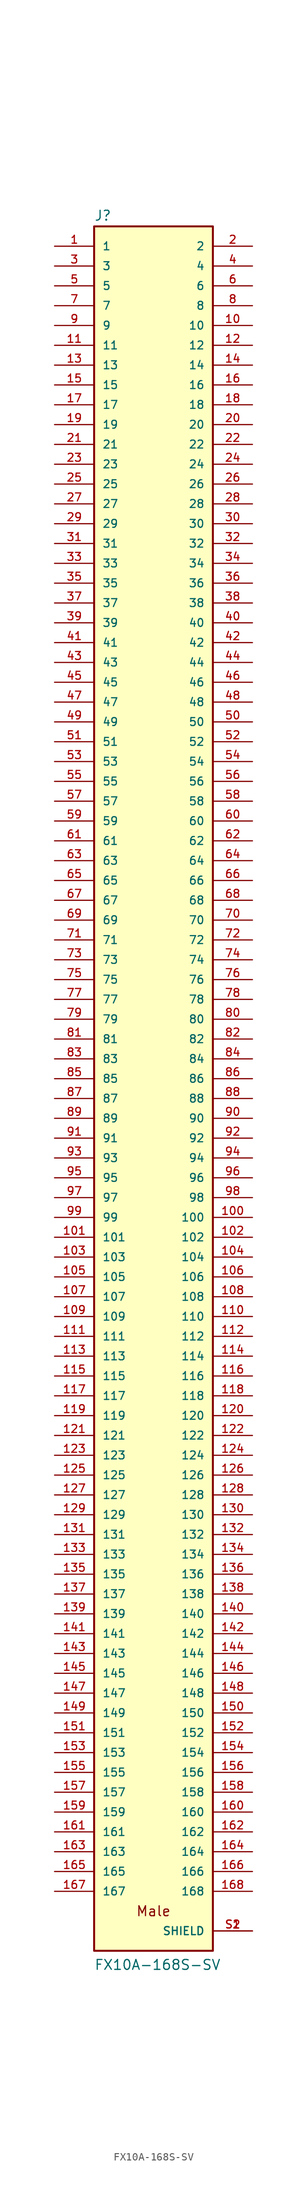
<source format=kicad_sym>
(kicad_symbol_lib
  (version 20211014)
  (generator kicad_symbol_editor)
  (symbol "FX10A-168S-SV"
    (pin_names
      (offset 1.016))
    (property "Reference" "J"
      (at -7.62 112.395 0)
      (effects (font (size 1.27 1.27)) (justify left bottom)))
    (property "Value" "FX10A-168S-SV"
      (at -7.62 -111.76 0)
      (effects (font (size 1.27 1.27)) (justify left bottom)))
    (property "ki_locked" ""
      (at 0 0 0)
      (effects (font (size 1.27 1.27))))
    (symbol "FX10A-168S-SV_0_0"
      (rectangle (start -7.62 -109.22) (end 7.62 111.76) (stroke (width 0.254) (type default) (color 0 0 0 0)) (fill (type background)))
      (text "Male" (at 0 -104.14 0) (effects (font (size 1.27 1.27))))
      (pin passive line (at -12.7 109.22 0) (length 5.08) (name "1" (effects (font (size 1.016 1.016)))) (number "1" (effects (font (size 1.016 1.016)))))
      (pin passive line (at 12.7 99.06 180) (length 5.08) (name "10" (effects (font (size 1.016 1.016)))) (number "10" (effects (font (size 1.016 1.016)))))
      (pin passive line (at 12.7 -15.24 180) (length 5.08) (name "100" (effects (font (size 1.016 1.016)))) (number "100" (effects (font (size 1.016 1.016)))))
      (pin passive line (at -12.7 -17.78 0) (length 5.08) (name "101" (effects (font (size 1.016 1.016)))) (number "101" (effects (font (size 1.016 1.016)))))
      (pin passive line (at 12.7 -17.78 180) (length 5.08) (name "102" (effects (font (size 1.016 1.016)))) (number "102" (effects (font (size 1.016 1.016)))))
      (pin passive line (at -12.7 -20.32 0) (length 5.08) (name "103" (effects (font (size 1.016 1.016)))) (number "103" (effects (font (size 1.016 1.016)))))
      (pin passive line (at 12.7 -20.32 180) (length 5.08) (name "104" (effects (font (size 1.016 1.016)))) (number "104" (effects (font (size 1.016 1.016)))))
      (pin passive line (at -12.7 -22.86 0) (length 5.08) (name "105" (effects (font (size 1.016 1.016)))) (number "105" (effects (font (size 1.016 1.016)))))
      (pin passive line (at 12.7 -22.86 180) (length 5.08) (name "106" (effects (font (size 1.016 1.016)))) (number "106" (effects (font (size 1.016 1.016)))))
      (pin passive line (at -12.7 -25.4 0) (length 5.08) (name "107" (effects (font (size 1.016 1.016)))) (number "107" (effects (font (size 1.016 1.016)))))
      (pin passive line (at 12.7 -25.4 180) (length 5.08) (name "108" (effects (font (size 1.016 1.016)))) (number "108" (effects (font (size 1.016 1.016)))))
      (pin passive line (at -12.7 -27.94 0) (length 5.08) (name "109" (effects (font (size 1.016 1.016)))) (number "109" (effects (font (size 1.016 1.016)))))
      (pin passive line (at -12.7 96.52 0) (length 5.08) (name "11" (effects (font (size 1.016 1.016)))) (number "11" (effects (font (size 1.016 1.016)))))
      (pin passive line (at 12.7 -27.94 180) (length 5.08) (name "110" (effects (font (size 1.016 1.016)))) (number "110" (effects (font (size 1.016 1.016)))))
      (pin passive line (at -12.7 -30.48 0) (length 5.08) (name "111" (effects (font (size 1.016 1.016)))) (number "111" (effects (font (size 1.016 1.016)))))
      (pin passive line (at 12.7 -30.48 180) (length 5.08) (name "112" (effects (font (size 1.016 1.016)))) (number "112" (effects (font (size 1.016 1.016)))))
      (pin passive line (at -12.7 -33.02 0) (length 5.08) (name "113" (effects (font (size 1.016 1.016)))) (number "113" (effects (font (size 1.016 1.016)))))
      (pin passive line (at 12.7 -33.02 180) (length 5.08) (name "114" (effects (font (size 1.016 1.016)))) (number "114" (effects (font (size 1.016 1.016)))))
      (pin passive line (at -12.7 -35.56 0) (length 5.08) (name "115" (effects (font (size 1.016 1.016)))) (number "115" (effects (font (size 1.016 1.016)))))
      (pin passive line (at 12.7 -35.56 180) (length 5.08) (name "116" (effects (font (size 1.016 1.016)))) (number "116" (effects (font (size 1.016 1.016)))))
      (pin passive line (at -12.7 -38.1 0) (length 5.08) (name "117" (effects (font (size 1.016 1.016)))) (number "117" (effects (font (size 1.016 1.016)))))
      (pin passive line (at 12.7 -38.1 180) (length 5.08) (name "118" (effects (font (size 1.016 1.016)))) (number "118" (effects (font (size 1.016 1.016)))))
      (pin passive line (at -12.7 -40.64 0) (length 5.08) (name "119" (effects (font (size 1.016 1.016)))) (number "119" (effects (font (size 1.016 1.016)))))
      (pin passive line (at 12.7 96.52 180) (length 5.08) (name "12" (effects (font (size 1.016 1.016)))) (number "12" (effects (font (size 1.016 1.016)))))
      (pin passive line (at 12.7 -40.64 180) (length 5.08) (name "120" (effects (font (size 1.016 1.016)))) (number "120" (effects (font (size 1.016 1.016)))))
      (pin passive line (at -12.7 -43.18 0) (length 5.08) (name "121" (effects (font (size 1.016 1.016)))) (number "121" (effects (font (size 1.016 1.016)))))
      (pin passive line (at 12.7 -43.18 180) (length 5.08) (name "122" (effects (font (size 1.016 1.016)))) (number "122" (effects (font (size 1.016 1.016)))))
      (pin passive line (at -12.7 -45.72 0) (length 5.08) (name "123" (effects (font (size 1.016 1.016)))) (number "123" (effects (font (size 1.016 1.016)))))
      (pin passive line (at 12.7 -45.72 180) (length 5.08) (name "124" (effects (font (size 1.016 1.016)))) (number "124" (effects (font (size 1.016 1.016)))))
      (pin passive line (at -12.7 -48.26 0) (length 5.08) (name "125" (effects (font (size 1.016 1.016)))) (number "125" (effects (font (size 1.016 1.016)))))
      (pin passive line (at 12.7 -48.26 180) (length 5.08) (name "126" (effects (font (size 1.016 1.016)))) (number "126" (effects (font (size 1.016 1.016)))))
      (pin passive line (at -12.7 -50.8 0) (length 5.08) (name "127" (effects (font (size 1.016 1.016)))) (number "127" (effects (font (size 1.016 1.016)))))
      (pin passive line (at 12.7 -50.8 180) (length 5.08) (name "128" (effects (font (size 1.016 1.016)))) (number "128" (effects (font (size 1.016 1.016)))))
      (pin passive line (at -12.7 -53.34 0) (length 5.08) (name "129" (effects (font (size 1.016 1.016)))) (number "129" (effects (font (size 1.016 1.016)))))
      (pin passive line (at -12.7 93.98 0) (length 5.08) (name "13" (effects (font (size 1.016 1.016)))) (number "13" (effects (font (size 1.016 1.016)))))
      (pin passive line (at 12.7 -53.34 180) (length 5.08) (name "130" (effects (font (size 1.016 1.016)))) (number "130" (effects (font (size 1.016 1.016)))))
      (pin passive line (at -12.7 -55.88 0) (length 5.08) (name "131" (effects (font (size 1.016 1.016)))) (number "131" (effects (font (size 1.016 1.016)))))
      (pin passive line (at 12.7 -55.88 180) (length 5.08) (name "132" (effects (font (size 1.016 1.016)))) (number "132" (effects (font (size 1.016 1.016)))))
      (pin passive line (at -12.7 -58.42 0) (length 5.08) (name "133" (effects (font (size 1.016 1.016)))) (number "133" (effects (font (size 1.016 1.016)))))
      (pin passive line (at 12.7 -58.42 180) (length 5.08) (name "134" (effects (font (size 1.016 1.016)))) (number "134" (effects (font (size 1.016 1.016)))))
      (pin passive line (at -12.7 -60.96 0) (length 5.08) (name "135" (effects (font (size 1.016 1.016)))) (number "135" (effects (font (size 1.016 1.016)))))
      (pin passive line (at 12.7 -60.96 180) (length 5.08) (name "136" (effects (font (size 1.016 1.016)))) (number "136" (effects (font (size 1.016 1.016)))))
      (pin passive line (at -12.7 -63.5 0) (length 5.08) (name "137" (effects (font (size 1.016 1.016)))) (number "137" (effects (font (size 1.016 1.016)))))
      (pin passive line (at 12.7 -63.5 180) (length 5.08) (name "138" (effects (font (size 1.016 1.016)))) (number "138" (effects (font (size 1.016 1.016)))))
      (pin passive line (at -12.7 -66.04 0) (length 5.08) (name "139" (effects (font (size 1.016 1.016)))) (number "139" (effects (font (size 1.016 1.016)))))
      (pin passive line (at 12.7 93.98 180) (length 5.08) (name "14" (effects (font (size 1.016 1.016)))) (number "14" (effects (font (size 1.016 1.016)))))
      (pin passive line (at 12.7 -66.04 180) (length 5.08) (name "140" (effects (font (size 1.016 1.016)))) (number "140" (effects (font (size 1.016 1.016)))))
      (pin passive line (at -12.7 -68.58 0) (length 5.08) (name "141" (effects (font (size 1.016 1.016)))) (number "141" (effects (font (size 1.016 1.016)))))
      (pin passive line (at 12.7 -68.58 180) (length 5.08) (name "142" (effects (font (size 1.016 1.016)))) (number "142" (effects (font (size 1.016 1.016)))))
      (pin passive line (at -12.7 -71.12 0) (length 5.08) (name "143" (effects (font (size 1.016 1.016)))) (number "143" (effects (font (size 1.016 1.016)))))
      (pin passive line (at 12.7 -71.12 180) (length 5.08) (name "144" (effects (font (size 1.016 1.016)))) (number "144" (effects (font (size 1.016 1.016)))))
      (pin passive line (at -12.7 -73.66 0) (length 5.08) (name "145" (effects (font (size 1.016 1.016)))) (number "145" (effects (font (size 1.016 1.016)))))
      (pin passive line (at 12.7 -73.66 180) (length 5.08) (name "146" (effects (font (size 1.016 1.016)))) (number "146" (effects (font (size 1.016 1.016)))))
      (pin passive line (at -12.7 -76.2 0) (length 5.08) (name "147" (effects (font (size 1.016 1.016)))) (number "147" (effects (font (size 1.016 1.016)))))
      (pin passive line (at 12.7 -76.2 180) (length 5.08) (name "148" (effects (font (size 1.016 1.016)))) (number "148" (effects (font (size 1.016 1.016)))))
      (pin passive line (at -12.7 -78.74 0) (length 5.08) (name "149" (effects (font (size 1.016 1.016)))) (number "149" (effects (font (size 1.016 1.016)))))
      (pin passive line (at -12.7 91.44 0) (length 5.08) (name "15" (effects (font (size 1.016 1.016)))) (number "15" (effects (font (size 1.016 1.016)))))
      (pin passive line (at 12.7 -78.74 180) (length 5.08) (name "150" (effects (font (size 1.016 1.016)))) (number "150" (effects (font (size 1.016 1.016)))))
      (pin passive line (at -12.7 -81.28 0) (length 5.08) (name "151" (effects (font (size 1.016 1.016)))) (number "151" (effects (font (size 1.016 1.016)))))
      (pin passive line (at 12.7 -81.28 180) (length 5.08) (name "152" (effects (font (size 1.016 1.016)))) (number "152" (effects (font (size 1.016 1.016)))))
      (pin passive line (at -12.7 -83.82 0) (length 5.08) (name "153" (effects (font (size 1.016 1.016)))) (number "153" (effects (font (size 1.016 1.016)))))
      (pin passive line (at 12.7 -83.82 180) (length 5.08) (name "154" (effects (font (size 1.016 1.016)))) (number "154" (effects (font (size 1.016 1.016)))))
      (pin passive line (at -12.7 -86.36 0) (length 5.08) (name "155" (effects (font (size 1.016 1.016)))) (number "155" (effects (font (size 1.016 1.016)))))
      (pin passive line (at 12.7 -86.36 180) (length 5.08) (name "156" (effects (font (size 1.016 1.016)))) (number "156" (effects (font (size 1.016 1.016)))))
      (pin passive line (at -12.7 -88.9 0) (length 5.08) (name "157" (effects (font (size 1.016 1.016)))) (number "157" (effects (font (size 1.016 1.016)))))
      (pin passive line (at 12.7 -88.9 180) (length 5.08) (name "158" (effects (font (size 1.016 1.016)))) (number "158" (effects (font (size 1.016 1.016)))))
      (pin passive line (at -12.7 -91.44 0) (length 5.08) (name "159" (effects (font (size 1.016 1.016)))) (number "159" (effects (font (size 1.016 1.016)))))
      (pin passive line (at 12.7 91.44 180) (length 5.08) (name "16" (effects (font (size 1.016 1.016)))) (number "16" (effects (font (size 1.016 1.016)))))
      (pin passive line (at 12.7 -91.44 180) (length 5.08) (name "160" (effects (font (size 1.016 1.016)))) (number "160" (effects (font (size 1.016 1.016)))))
      (pin passive line (at -12.7 -93.98 0) (length 5.08) (name "161" (effects (font (size 1.016 1.016)))) (number "161" (effects (font (size 1.016 1.016)))))
      (pin passive line (at 12.7 -93.98 180) (length 5.08) (name "162" (effects (font (size 1.016 1.016)))) (number "162" (effects (font (size 1.016 1.016)))))
      (pin passive line (at -12.7 -96.52 0) (length 5.08) (name "163" (effects (font (size 1.016 1.016)))) (number "163" (effects (font (size 1.016 1.016)))))
      (pin passive line (at 12.7 -96.52 180) (length 5.08) (name "164" (effects (font (size 1.016 1.016)))) (number "164" (effects (font (size 1.016 1.016)))))
      (pin passive line (at -12.7 -99.06 0) (length 5.08) (name "165" (effects (font (size 1.016 1.016)))) (number "165" (effects (font (size 1.016 1.016)))))
      (pin passive line (at 12.7 -99.06 180) (length 5.08) (name "166" (effects (font (size 1.016 1.016)))) (number "166" (effects (font (size 1.016 1.016)))))
      (pin passive line (at -12.7 -101.6 0) (length 5.08) (name "167" (effects (font (size 1.016 1.016)))) (number "167" (effects (font (size 1.016 1.016)))))
      (pin passive line (at 12.7 -101.6 180) (length 5.08) (name "168" (effects (font (size 1.016 1.016)))) (number "168" (effects (font (size 1.016 1.016)))))
      (pin passive line (at -12.7 88.9 0) (length 5.08) (name "17" (effects (font (size 1.016 1.016)))) (number "17" (effects (font (size 1.016 1.016)))))
      (pin passive line (at 12.7 88.9 180) (length 5.08) (name "18" (effects (font (size 1.016 1.016)))) (number "18" (effects (font (size 1.016 1.016)))))
      (pin passive line (at -12.7 86.36 0) (length 5.08) (name "19" (effects (font (size 1.016 1.016)))) (number "19" (effects (font (size 1.016 1.016)))))
      (pin passive line (at 12.7 109.22 180) (length 5.08) (name "2" (effects (font (size 1.016 1.016)))) (number "2" (effects (font (size 1.016 1.016)))))
      (pin passive line (at 12.7 86.36 180) (length 5.08) (name "20" (effects (font (size 1.016 1.016)))) (number "20" (effects (font (size 1.016 1.016)))))
      (pin passive line (at -12.7 83.82 0) (length 5.08) (name "21" (effects (font (size 1.016 1.016)))) (number "21" (effects (font (size 1.016 1.016)))))
      (pin passive line (at 12.7 83.82 180) (length 5.08) (name "22" (effects (font (size 1.016 1.016)))) (number "22" (effects (font (size 1.016 1.016)))))
      (pin passive line (at -12.7 81.28 0) (length 5.08) (name "23" (effects (font (size 1.016 1.016)))) (number "23" (effects (font (size 1.016 1.016)))))
      (pin passive line (at 12.7 81.28 180) (length 5.08) (name "24" (effects (font (size 1.016 1.016)))) (number "24" (effects (font (size 1.016 1.016)))))
      (pin passive line (at -12.7 78.74 0) (length 5.08) (name "25" (effects (font (size 1.016 1.016)))) (number "25" (effects (font (size 1.016 1.016)))))
      (pin passive line (at 12.7 78.74 180) (length 5.08) (name "26" (effects (font (size 1.016 1.016)))) (number "26" (effects (font (size 1.016 1.016)))))
      (pin passive line (at -12.7 76.2 0) (length 5.08) (name "27" (effects (font (size 1.016 1.016)))) (number "27" (effects (font (size 1.016 1.016)))))
      (pin passive line (at 12.7 76.2 180) (length 5.08) (name "28" (effects (font (size 1.016 1.016)))) (number "28" (effects (font (size 1.016 1.016)))))
      (pin passive line (at -12.7 73.66 0) (length 5.08) (name "29" (effects (font (size 1.016 1.016)))) (number "29" (effects (font (size 1.016 1.016)))))
      (pin passive line (at -12.7 106.68 0) (length 5.08) (name "3" (effects (font (size 1.016 1.016)))) (number "3" (effects (font (size 1.016 1.016)))))
      (pin passive line (at 12.7 73.66 180) (length 5.08) (name "30" (effects (font (size 1.016 1.016)))) (number "30" (effects (font (size 1.016 1.016)))))
      (pin passive line (at -12.7 71.12 0) (length 5.08) (name "31" (effects (font (size 1.016 1.016)))) (number "31" (effects (font (size 1.016 1.016)))))
      (pin passive line (at 12.7 71.12 180) (length 5.08) (name "32" (effects (font (size 1.016 1.016)))) (number "32" (effects (font (size 1.016 1.016)))))
      (pin passive line (at -12.7 68.58 0) (length 5.08) (name "33" (effects (font (size 1.016 1.016)))) (number "33" (effects (font (size 1.016 1.016)))))
      (pin passive line (at 12.7 68.58 180) (length 5.08) (name "34" (effects (font (size 1.016 1.016)))) (number "34" (effects (font (size 1.016 1.016)))))
      (pin passive line (at -12.7 66.04 0) (length 5.08) (name "35" (effects (font (size 1.016 1.016)))) (number "35" (effects (font (size 1.016 1.016)))))
      (pin passive line (at 12.7 66.04 180) (length 5.08) (name "36" (effects (font (size 1.016 1.016)))) (number "36" (effects (font (size 1.016 1.016)))))
      (pin passive line (at -12.7 63.5 0) (length 5.08) (name "37" (effects (font (size 1.016 1.016)))) (number "37" (effects (font (size 1.016 1.016)))))
      (pin passive line (at 12.7 63.5 180) (length 5.08) (name "38" (effects (font (size 1.016 1.016)))) (number "38" (effects (font (size 1.016 1.016)))))
      (pin passive line (at -12.7 60.96 0) (length 5.08) (name "39" (effects (font (size 1.016 1.016)))) (number "39" (effects (font (size 1.016 1.016)))))
      (pin passive line (at 12.7 106.68 180) (length 5.08) (name "4" (effects (font (size 1.016 1.016)))) (number "4" (effects (font (size 1.016 1.016)))))
      (pin passive line (at 12.7 60.96 180) (length 5.08) (name "40" (effects (font (size 1.016 1.016)))) (number "40" (effects (font (size 1.016 1.016)))))
      (pin passive line (at -12.7 58.42 0) (length 5.08) (name "41" (effects (font (size 1.016 1.016)))) (number "41" (effects (font (size 1.016 1.016)))))
      (pin passive line (at 12.7 58.42 180) (length 5.08) (name "42" (effects (font (size 1.016 1.016)))) (number "42" (effects (font (size 1.016 1.016)))))
      (pin passive line (at -12.7 55.88 0) (length 5.08) (name "43" (effects (font (size 1.016 1.016)))) (number "43" (effects (font (size 1.016 1.016)))))
      (pin passive line (at 12.7 55.88 180) (length 5.08) (name "44" (effects (font (size 1.016 1.016)))) (number "44" (effects (font (size 1.016 1.016)))))
      (pin passive line (at -12.7 53.34 0) (length 5.08) (name "45" (effects (font (size 1.016 1.016)))) (number "45" (effects (font (size 1.016 1.016)))))
      (pin passive line (at 12.7 53.34 180) (length 5.08) (name "46" (effects (font (size 1.016 1.016)))) (number "46" (effects (font (size 1.016 1.016)))))
      (pin passive line (at -12.7 50.8 0) (length 5.08) (name "47" (effects (font (size 1.016 1.016)))) (number "47" (effects (font (size 1.016 1.016)))))
      (pin passive line (at 12.7 50.8 180) (length 5.08) (name "48" (effects (font (size 1.016 1.016)))) (number "48" (effects (font (size 1.016 1.016)))))
      (pin passive line (at -12.7 48.26 0) (length 5.08) (name "49" (effects (font (size 1.016 1.016)))) (number "49" (effects (font (size 1.016 1.016)))))
      (pin passive line (at -12.7 104.14 0) (length 5.08) (name "5" (effects (font (size 1.016 1.016)))) (number "5" (effects (font (size 1.016 1.016)))))
      (pin passive line (at 12.7 48.26 180) (length 5.08) (name "50" (effects (font (size 1.016 1.016)))) (number "50" (effects (font (size 1.016 1.016)))))
      (pin passive line (at -12.7 45.72 0) (length 5.08) (name "51" (effects (font (size 1.016 1.016)))) (number "51" (effects (font (size 1.016 1.016)))))
      (pin passive line (at 12.7 45.72 180) (length 5.08) (name "52" (effects (font (size 1.016 1.016)))) (number "52" (effects (font (size 1.016 1.016)))))
      (pin passive line (at -12.7 43.18 0) (length 5.08) (name "53" (effects (font (size 1.016 1.016)))) (number "53" (effects (font (size 1.016 1.016)))))
      (pin passive line (at 12.7 43.18 180) (length 5.08) (name "54" (effects (font (size 1.016 1.016)))) (number "54" (effects (font (size 1.016 1.016)))))
      (pin passive line (at -12.7 40.64 0) (length 5.08) (name "55" (effects (font (size 1.016 1.016)))) (number "55" (effects (font (size 1.016 1.016)))))
      (pin passive line (at 12.7 40.64 180) (length 5.08) (name "56" (effects (font (size 1.016 1.016)))) (number "56" (effects (font (size 1.016 1.016)))))
      (pin passive line (at -12.7 38.1 0) (length 5.08) (name "57" (effects (font (size 1.016 1.016)))) (number "57" (effects (font (size 1.016 1.016)))))
      (pin passive line (at 12.7 38.1 180) (length 5.08) (name "58" (effects (font (size 1.016 1.016)))) (number "58" (effects (font (size 1.016 1.016)))))
      (pin passive line (at -12.7 35.56 0) (length 5.08) (name "59" (effects (font (size 1.016 1.016)))) (number "59" (effects (font (size 1.016 1.016)))))
      (pin passive line (at 12.7 104.14 180) (length 5.08) (name "6" (effects (font (size 1.016 1.016)))) (number "6" (effects (font (size 1.016 1.016)))))
      (pin passive line (at 12.7 35.56 180) (length 5.08) (name "60" (effects (font (size 1.016 1.016)))) (number "60" (effects (font (size 1.016 1.016)))))
      (pin passive line (at -12.7 33.02 0) (length 5.08) (name "61" (effects (font (size 1.016 1.016)))) (number "61" (effects (font (size 1.016 1.016)))))
      (pin passive line (at 12.7 33.02 180) (length 5.08) (name "62" (effects (font (size 1.016 1.016)))) (number "62" (effects (font (size 1.016 1.016)))))
      (pin passive line (at -12.7 30.48 0) (length 5.08) (name "63" (effects (font (size 1.016 1.016)))) (number "63" (effects (font (size 1.016 1.016)))))
      (pin passive line (at 12.7 30.48 180) (length 5.08) (name "64" (effects (font (size 1.016 1.016)))) (number "64" (effects (font (size 1.016 1.016)))))
      (pin passive line (at -12.7 27.94 0) (length 5.08) (name "65" (effects (font (size 1.016 1.016)))) (number "65" (effects (font (size 1.016 1.016)))))
      (pin passive line (at 12.7 27.94 180) (length 5.08) (name "66" (effects (font (size 1.016 1.016)))) (number "66" (effects (font (size 1.016 1.016)))))
      (pin passive line (at -12.7 25.4 0) (length 5.08) (name "67" (effects (font (size 1.016 1.016)))) (number "67" (effects (font (size 1.016 1.016)))))
      (pin passive line (at 12.7 25.4 180) (length 5.08) (name "68" (effects (font (size 1.016 1.016)))) (number "68" (effects (font (size 1.016 1.016)))))
      (pin passive line (at -12.7 22.86 0) (length 5.08) (name "69" (effects (font (size 1.016 1.016)))) (number "69" (effects (font (size 1.016 1.016)))))
      (pin passive line (at -12.7 101.6 0) (length 5.08) (name "7" (effects (font (size 1.016 1.016)))) (number "7" (effects (font (size 1.016 1.016)))))
      (pin passive line (at 12.7 22.86 180) (length 5.08) (name "70" (effects (font (size 1.016 1.016)))) (number "70" (effects (font (size 1.016 1.016)))))
      (pin passive line (at -12.7 20.32 0) (length 5.08) (name "71" (effects (font (size 1.016 1.016)))) (number "71" (effects (font (size 1.016 1.016)))))
      (pin passive line (at 12.7 20.32 180) (length 5.08) (name "72" (effects (font (size 1.016 1.016)))) (number "72" (effects (font (size 1.016 1.016)))))
      (pin passive line (at -12.7 17.78 0) (length 5.08) (name "73" (effects (font (size 1.016 1.016)))) (number "73" (effects (font (size 1.016 1.016)))))
      (pin passive line (at 12.7 17.78 180) (length 5.08) (name "74" (effects (font (size 1.016 1.016)))) (number "74" (effects (font (size 1.016 1.016)))))
      (pin passive line (at -12.7 15.24 0) (length 5.08) (name "75" (effects (font (size 1.016 1.016)))) (number "75" (effects (font (size 1.016 1.016)))))
      (pin passive line (at 12.7 15.24 180) (length 5.08) (name "76" (effects (font (size 1.016 1.016)))) (number "76" (effects (font (size 1.016 1.016)))))
      (pin passive line (at -12.7 12.7 0) (length 5.08) (name "77" (effects (font (size 1.016 1.016)))) (number "77" (effects (font (size 1.016 1.016)))))
      (pin passive line (at 12.7 12.7 180) (length 5.08) (name "78" (effects (font (size 1.016 1.016)))) (number "78" (effects (font (size 1.016 1.016)))))
      (pin passive line (at -12.7 10.16 0) (length 5.08) (name "79" (effects (font (size 1.016 1.016)))) (number "79" (effects (font (size 1.016 1.016)))))
      (pin passive line (at 12.7 101.6 180) (length 5.08) (name "8" (effects (font (size 1.016 1.016)))) (number "8" (effects (font (size 1.016 1.016)))))
      (pin passive line (at 12.7 10.16 180) (length 5.08) (name "80" (effects (font (size 1.016 1.016)))) (number "80" (effects (font (size 1.016 1.016)))))
      (pin passive line (at -12.7 7.62 0) (length 5.08) (name "81" (effects (font (size 1.016 1.016)))) (number "81" (effects (font (size 1.016 1.016)))))
      (pin passive line (at 12.7 7.62 180) (length 5.08) (name "82" (effects (font (size 1.016 1.016)))) (number "82" (effects (font (size 1.016 1.016)))))
      (pin passive line (at -12.7 5.08 0) (length 5.08) (name "83" (effects (font (size 1.016 1.016)))) (number "83" (effects (font (size 1.016 1.016)))))
      (pin passive line (at 12.7 5.08 180) (length 5.08) (name "84" (effects (font (size 1.016 1.016)))) (number "84" (effects (font (size 1.016 1.016)))))
      (pin passive line (at -12.7 2.54 0) (length 5.08) (name "85" (effects (font (size 1.016 1.016)))) (number "85" (effects (font (size 1.016 1.016)))))
      (pin passive line (at 12.7 2.54 180) (length 5.08) (name "86" (effects (font (size 1.016 1.016)))) (number "86" (effects (font (size 1.016 1.016)))))
      (pin passive line (at -12.7 0 0) (length 5.08) (name "87" (effects (font (size 1.016 1.016)))) (number "87" (effects (font (size 1.016 1.016)))))
      (pin passive line (at 12.7 0 180) (length 5.08) (name "88" (effects (font (size 1.016 1.016)))) (number "88" (effects (font (size 1.016 1.016)))))
      (pin passive line (at -12.7 -2.54 0) (length 5.08) (name "89" (effects (font (size 1.016 1.016)))) (number "89" (effects (font (size 1.016 1.016)))))
      (pin passive line (at -12.7 99.06 0) (length 5.08) (name "9" (effects (font (size 1.016 1.016)))) (number "9" (effects (font (size 1.016 1.016)))))
      (pin passive line (at 12.7 -2.54 180) (length 5.08) (name "90" (effects (font (size 1.016 1.016)))) (number "90" (effects (font (size 1.016 1.016)))))
      (pin passive line (at -12.7 -5.08 0) (length 5.08) (name "91" (effects (font (size 1.016 1.016)))) (number "91" (effects (font (size 1.016 1.016)))))
      (pin passive line (at 12.7 -5.08 180) (length 5.08) (name "92" (effects (font (size 1.016 1.016)))) (number "92" (effects (font (size 1.016 1.016)))))
      (pin passive line (at -12.7 -7.62 0) (length 5.08) (name "93" (effects (font (size 1.016 1.016)))) (number "93" (effects (font (size 1.016 1.016)))))
      (pin passive line (at 12.7 -7.62 180) (length 5.08) (name "94" (effects (font (size 1.016 1.016)))) (number "94" (effects (font (size 1.016 1.016)))))
      (pin passive line (at -12.7 -10.16 0) (length 5.08) (name "95" (effects (font (size 1.016 1.016)))) (number "95" (effects (font (size 1.016 1.016)))))
      (pin passive line (at 12.7 -10.16 180) (length 5.08) (name "96" (effects (font (size 1.016 1.016)))) (number "96" (effects (font (size 1.016 1.016)))))
      (pin passive line (at -12.7 -12.7 0) (length 5.08) (name "97" (effects (font (size 1.016 1.016)))) (number "97" (effects (font (size 1.016 1.016)))))
      (pin passive line (at 12.7 -12.7 180) (length 5.08) (name "98" (effects (font (size 1.016 1.016)))) (number "98" (effects (font (size 1.016 1.016)))))
      (pin passive line (at -12.7 -15.24 0) (length 5.08) (name "99" (effects (font (size 1.016 1.016)))) (number "99" (effects (font (size 1.016 1.016)))))
      (pin passive line (at 12.7 -106.68 180) (length 5.08) (name "SHIELD" (effects (font (size 1.016 1.016)))) (number "S1" (effects (font (size 1.016 1.016)))))
      (pin passive line (at 12.7 -106.68 180) (length 5.08) (name "SHIELD" (effects (font (size 1.016 1.016)))) (number "S2" (effects (font (size 1.016 1.016))))))))
</source>
